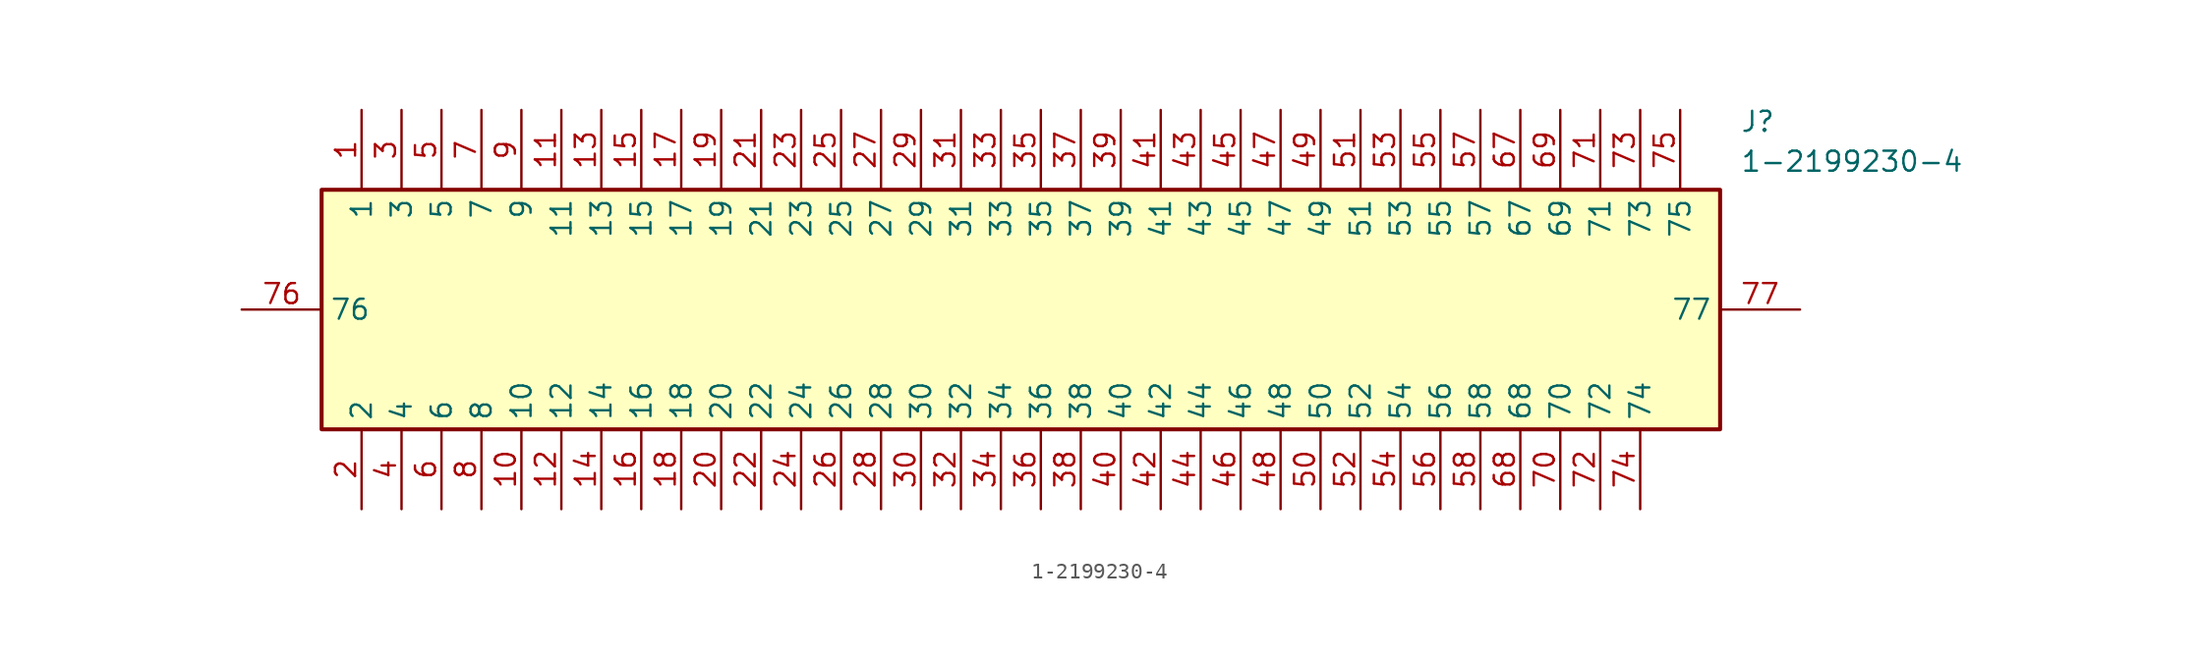
<source format=kicad_sym>
(kicad_symbol_lib
  (version 20211014)
  (generator SamacSys_ECAD_Model)
  (symbol "1-2199230-4"
    (property "Reference" "J"
      (at 95.25 12.7 0)
      (effects (font (size 1.27 1.27)) (justify left top)))
    (property "Value" "1-2199230-4"
      (at 95.25 10.16 0)
      (effects (font (size 1.27 1.27)) (justify left top)))
    (rectangle
      (start 5.08 7.62)
      (end 93.98 -7.62)
      (stroke (width 0.254) (type default))
      (fill (type background)))
    (pin passive line
      (at 7.62 12.7 270)
      (length 5.08)
      (name "1" (effects (font (size 1.27 1.27))))
      (number "1" (effects (font (size 1.27 1.27)))))
    (pin passive line
      (at 7.62 -12.7 90)
      (length 5.08)
      (name "2" (effects (font (size 1.27 1.27))))
      (number "2" (effects (font (size 1.27 1.27)))))
    (pin passive line
      (at 10.16 12.7 270)
      (length 5.08)
      (name "3" (effects (font (size 1.27 1.27))))
      (number "3" (effects (font (size 1.27 1.27)))))
    (pin passive line
      (at 10.16 -12.7 90)
      (length 5.08)
      (name "4" (effects (font (size 1.27 1.27))))
      (number "4" (effects (font (size 1.27 1.27)))))
    (pin passive line
      (at 12.7 12.7 270)
      (length 5.08)
      (name "5" (effects (font (size 1.27 1.27))))
      (number "5" (effects (font (size 1.27 1.27)))))
    (pin passive line
      (at 12.7 -12.7 90)
      (length 5.08)
      (name "6" (effects (font (size 1.27 1.27))))
      (number "6" (effects (font (size 1.27 1.27)))))
    (pin passive line
      (at 15.24 12.7 270)
      (length 5.08)
      (name "7" (effects (font (size 1.27 1.27))))
      (number "7" (effects (font (size 1.27 1.27)))))
    (pin passive line
      (at 15.24 -12.7 90)
      (length 5.08)
      (name "8" (effects (font (size 1.27 1.27))))
      (number "8" (effects (font (size 1.27 1.27)))))
    (pin passive line
      (at 17.78 12.7 270)
      (length 5.08)
      (name "9" (effects (font (size 1.27 1.27))))
      (number "9" (effects (font (size 1.27 1.27)))))
    (pin passive line
      (at 17.78 -12.7 90)
      (length 5.08)
      (name "10" (effects (font (size 1.27 1.27))))
      (number "10" (effects (font (size 1.27 1.27)))))
    (pin passive line
      (at 20.32 12.7 270)
      (length 5.08)
      (name "11" (effects (font (size 1.27 1.27))))
      (number "11" (effects (font (size 1.27 1.27)))))
    (pin passive line
      (at 20.32 -12.7 90)
      (length 5.08)
      (name "12" (effects (font (size 1.27 1.27))))
      (number "12" (effects (font (size 1.27 1.27)))))
    (pin passive line
      (at 22.86 12.7 270)
      (length 5.08)
      (name "13" (effects (font (size 1.27 1.27))))
      (number "13" (effects (font (size 1.27 1.27)))))
    (pin passive line
      (at 22.86 -12.7 90)
      (length 5.08)
      (name "14" (effects (font (size 1.27 1.27))))
      (number "14" (effects (font (size 1.27 1.27)))))
    (pin passive line
      (at 25.4 12.7 270)
      (length 5.08)
      (name "15" (effects (font (size 1.27 1.27))))
      (number "15" (effects (font (size 1.27 1.27)))))
    (pin passive line
      (at 25.4 -12.7 90)
      (length 5.08)
      (name "16" (effects (font (size 1.27 1.27))))
      (number "16" (effects (font (size 1.27 1.27)))))
    (pin passive line
      (at 27.94 12.7 270)
      (length 5.08)
      (name "17" (effects (font (size 1.27 1.27))))
      (number "17" (effects (font (size 1.27 1.27)))))
    (pin passive line
      (at 27.94 -12.7 90)
      (length 5.08)
      (name "18" (effects (font (size 1.27 1.27))))
      (number "18" (effects (font (size 1.27 1.27)))))
    (pin passive line
      (at 30.48 12.7 270)
      (length 5.08)
      (name "19" (effects (font (size 1.27 1.27))))
      (number "19" (effects (font (size 1.27 1.27)))))
    (pin passive line
      (at 30.48 -12.7 90)
      (length 5.08)
      (name "20" (effects (font (size 1.27 1.27))))
      (number "20" (effects (font (size 1.27 1.27)))))
    (pin passive line
      (at 33.02 12.7 270)
      (length 5.08)
      (name "21" (effects (font (size 1.27 1.27))))
      (number "21" (effects (font (size 1.27 1.27)))))
    (pin passive line
      (at 33.02 -12.7 90)
      (length 5.08)
      (name "22" (effects (font (size 1.27 1.27))))
      (number "22" (effects (font (size 1.27 1.27)))))
    (pin passive line
      (at 35.56 12.7 270)
      (length 5.08)
      (name "23" (effects (font (size 1.27 1.27))))
      (number "23" (effects (font (size 1.27 1.27)))))
    (pin passive line
      (at 35.56 -12.7 90)
      (length 5.08)
      (name "24" (effects (font (size 1.27 1.27))))
      (number "24" (effects (font (size 1.27 1.27)))))
    (pin passive line
      (at 38.1 12.7 270)
      (length 5.08)
      (name "25" (effects (font (size 1.27 1.27))))
      (number "25" (effects (font (size 1.27 1.27)))))
    (pin passive line
      (at 38.1 -12.7 90)
      (length 5.08)
      (name "26" (effects (font (size 1.27 1.27))))
      (number "26" (effects (font (size 1.27 1.27)))))
    (pin passive line
      (at 40.64 12.7 270)
      (length 5.08)
      (name "27" (effects (font (size 1.27 1.27))))
      (number "27" (effects (font (size 1.27 1.27)))))
    (pin passive line
      (at 40.64 -12.7 90)
      (length 5.08)
      (name "28" (effects (font (size 1.27 1.27))))
      (number "28" (effects (font (size 1.27 1.27)))))
    (pin passive line
      (at 43.18 12.7 270)
      (length 5.08)
      (name "29" (effects (font (size 1.27 1.27))))
      (number "29" (effects (font (size 1.27 1.27)))))
    (pin passive line
      (at 43.18 -12.7 90)
      (length 5.08)
      (name "30" (effects (font (size 1.27 1.27))))
      (number "30" (effects (font (size 1.27 1.27)))))
    (pin passive line
      (at 45.72 12.7 270)
      (length 5.08)
      (name "31" (effects (font (size 1.27 1.27))))
      (number "31" (effects (font (size 1.27 1.27)))))
    (pin passive line
      (at 45.72 -12.7 90)
      (length 5.08)
      (name "32" (effects (font (size 1.27 1.27))))
      (number "32" (effects (font (size 1.27 1.27)))))
    (pin passive line
      (at 48.26 12.7 270)
      (length 5.08)
      (name "33" (effects (font (size 1.27 1.27))))
      (number "33" (effects (font (size 1.27 1.27)))))
    (pin passive line
      (at 48.26 -12.7 90)
      (length 5.08)
      (name "34" (effects (font (size 1.27 1.27))))
      (number "34" (effects (font (size 1.27 1.27)))))
    (pin passive line
      (at 50.8 12.7 270)
      (length 5.08)
      (name "35" (effects (font (size 1.27 1.27))))
      (number "35" (effects (font (size 1.27 1.27)))))
    (pin passive line
      (at 50.8 -12.7 90)
      (length 5.08)
      (name "36" (effects (font (size 1.27 1.27))))
      (number "36" (effects (font (size 1.27 1.27)))))
    (pin passive line
      (at 53.34 12.7 270)
      (length 5.08)
      (name "37" (effects (font (size 1.27 1.27))))
      (number "37" (effects (font (size 1.27 1.27)))))
    (pin passive line
      (at 53.34 -12.7 90)
      (length 5.08)
      (name "38" (effects (font (size 1.27 1.27))))
      (number "38" (effects (font (size 1.27 1.27)))))
    (pin passive line
      (at 55.88 12.7 270)
      (length 5.08)
      (name "39" (effects (font (size 1.27 1.27))))
      (number "39" (effects (font (size 1.27 1.27)))))
    (pin passive line
      (at 55.88 -12.7 90)
      (length 5.08)
      (name "40" (effects (font (size 1.27 1.27))))
      (number "40" (effects (font (size 1.27 1.27)))))
    (pin passive line
      (at 58.42 12.7 270)
      (length 5.08)
      (name "41" (effects (font (size 1.27 1.27))))
      (number "41" (effects (font (size 1.27 1.27)))))
    (pin passive line
      (at 58.42 -12.7 90)
      (length 5.08)
      (name "42" (effects (font (size 1.27 1.27))))
      (number "42" (effects (font (size 1.27 1.27)))))
    (pin passive line
      (at 60.96 12.7 270)
      (length 5.08)
      (name "43" (effects (font (size 1.27 1.27))))
      (number "43" (effects (font (size 1.27 1.27)))))
    (pin passive line
      (at 60.96 -12.7 90)
      (length 5.08)
      (name "44" (effects (font (size 1.27 1.27))))
      (number "44" (effects (font (size 1.27 1.27)))))
    (pin passive line
      (at 63.5 12.7 270)
      (length 5.08)
      (name "45" (effects (font (size 1.27 1.27))))
      (number "45" (effects (font (size 1.27 1.27)))))
    (pin passive line
      (at 63.5 -12.7 90)
      (length 5.08)
      (name "46" (effects (font (size 1.27 1.27))))
      (number "46" (effects (font (size 1.27 1.27)))))
    (pin passive line
      (at 66.04 12.7 270)
      (length 5.08)
      (name "47" (effects (font (size 1.27 1.27))))
      (number "47" (effects (font (size 1.27 1.27)))))
    (pin passive line
      (at 66.04 -12.7 90)
      (length 5.08)
      (name "48" (effects (font (size 1.27 1.27))))
      (number "48" (effects (font (size 1.27 1.27)))))
    (pin passive line
      (at 68.58 12.7 270)
      (length 5.08)
      (name "49" (effects (font (size 1.27 1.27))))
      (number "49" (effects (font (size 1.27 1.27)))))
    (pin passive line
      (at 68.58 -12.7 90)
      (length 5.08)
      (name "50" (effects (font (size 1.27 1.27))))
      (number "50" (effects (font (size 1.27 1.27)))))
    (pin passive line
      (at 71.12 12.7 270)
      (length 5.08)
      (name "51" (effects (font (size 1.27 1.27))))
      (number "51" (effects (font (size 1.27 1.27)))))
    (pin passive line
      (at 71.12 -12.7 90)
      (length 5.08)
      (name "52" (effects (font (size 1.27 1.27))))
      (number "52" (effects (font (size 1.27 1.27)))))
    (pin passive line
      (at 73.66 12.7 270)
      (length 5.08)
      (name "53" (effects (font (size 1.27 1.27))))
      (number "53" (effects (font (size 1.27 1.27)))))
    (pin passive line
      (at 73.66 -12.7 90)
      (length 5.08)
      (name "54" (effects (font (size 1.27 1.27))))
      (number "54" (effects (font (size 1.27 1.27)))))
    (pin passive line
      (at 76.2 12.7 270)
      (length 5.08)
      (name "55" (effects (font (size 1.27 1.27))))
      (number "55" (effects (font (size 1.27 1.27)))))
    (pin passive line
      (at 76.2 -12.7 90)
      (length 5.08)
      (name "56" (effects (font (size 1.27 1.27))))
      (number "56" (effects (font (size 1.27 1.27)))))
    (pin passive line
      (at 78.74 12.7 270)
      (length 5.08)
      (name "57" (effects (font (size 1.27 1.27))))
      (number "57" (effects (font (size 1.27 1.27)))))
    (pin passive line
      (at 78.74 -12.7 90)
      (length 5.08)
      (name "58" (effects (font (size 1.27 1.27))))
      (number "58" (effects (font (size 1.27 1.27)))))
    (pin passive line
      (at 81.28 12.7 270)
      (length 5.08)
      (name "67" (effects (font (size 1.27 1.27))))
      (number "67" (effects (font (size 1.27 1.27)))))
    (pin passive line
      (at 81.28 -12.7 90)
      (length 5.08)
      (name "68" (effects (font (size 1.27 1.27))))
      (number "68" (effects (font (size 1.27 1.27)))))
    (pin passive line
      (at 83.82 12.7 270)
      (length 5.08)
      (name "69" (effects (font (size 1.27 1.27))))
      (number "69" (effects (font (size 1.27 1.27)))))
    (pin passive line
      (at 83.82 -12.7 90)
      (length 5.08)
      (name "70" (effects (font (size 1.27 1.27))))
      (number "70" (effects (font (size 1.27 1.27)))))
    (pin passive line
      (at 86.36 12.7 270)
      (length 5.08)
      (name "71" (effects (font (size 1.27 1.27))))
      (number "71" (effects (font (size 1.27 1.27)))))
    (pin passive line
      (at 86.36 -12.7 90)
      (length 5.08)
      (name "72" (effects (font (size 1.27 1.27))))
      (number "72" (effects (font (size 1.27 1.27)))))
    (pin passive line
      (at 88.9 12.7 270)
      (length 5.08)
      (name "73" (effects (font (size 1.27 1.27))))
      (number "73" (effects (font (size 1.27 1.27)))))
    (pin passive line
      (at 88.9 -12.7 90)
      (length 5.08)
      (name "74" (effects (font (size 1.27 1.27))))
      (number "74" (effects (font (size 1.27 1.27)))))
    (pin passive line
      (at 91.44 12.7 270)
      (length 5.08)
      (name "75" (effects (font (size 1.27 1.27))))
      (number "75" (effects (font (size 1.27 1.27)))))
    (pin passive line
      (at 0 0 0)
      (length 5.08)
      (name "76" (effects (font (size 1.27 1.27))))
      (number "76" (effects (font (size 1.27 1.27)))))
    (pin passive line
      (at 99.06 0 180)
      (length 5.08)
      (name "77" (effects (font (size 1.27 1.27))))
      (number "77" (effects (font (size 1.27 1.27)))))))
</source>
